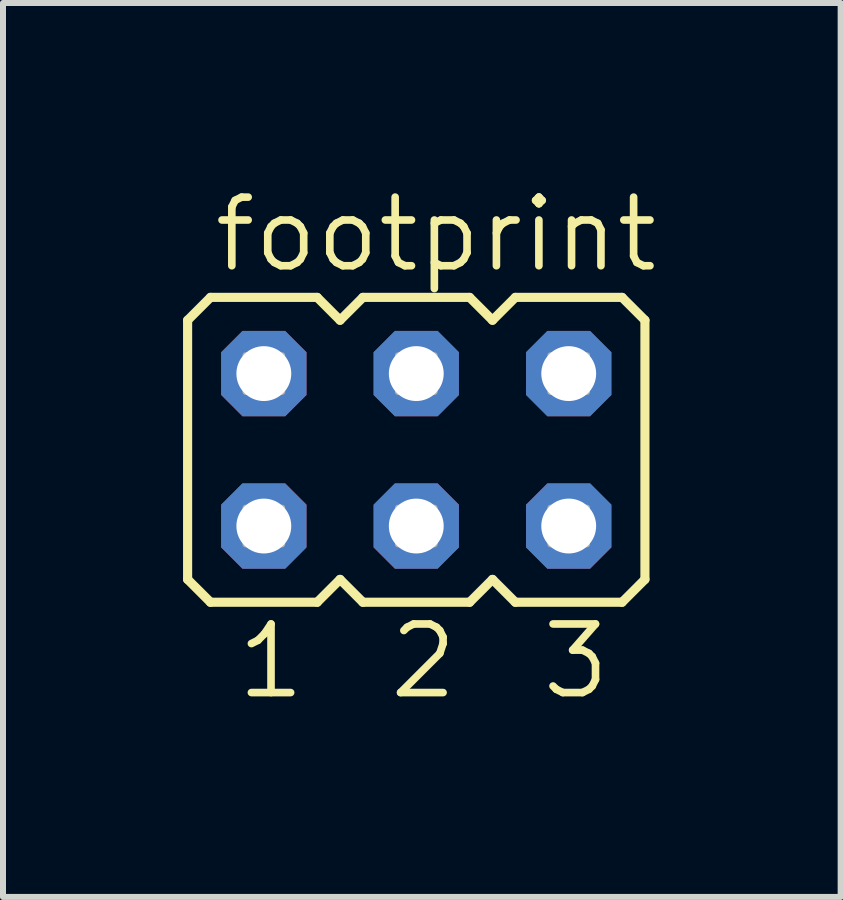
<source format=kicad_pcb>
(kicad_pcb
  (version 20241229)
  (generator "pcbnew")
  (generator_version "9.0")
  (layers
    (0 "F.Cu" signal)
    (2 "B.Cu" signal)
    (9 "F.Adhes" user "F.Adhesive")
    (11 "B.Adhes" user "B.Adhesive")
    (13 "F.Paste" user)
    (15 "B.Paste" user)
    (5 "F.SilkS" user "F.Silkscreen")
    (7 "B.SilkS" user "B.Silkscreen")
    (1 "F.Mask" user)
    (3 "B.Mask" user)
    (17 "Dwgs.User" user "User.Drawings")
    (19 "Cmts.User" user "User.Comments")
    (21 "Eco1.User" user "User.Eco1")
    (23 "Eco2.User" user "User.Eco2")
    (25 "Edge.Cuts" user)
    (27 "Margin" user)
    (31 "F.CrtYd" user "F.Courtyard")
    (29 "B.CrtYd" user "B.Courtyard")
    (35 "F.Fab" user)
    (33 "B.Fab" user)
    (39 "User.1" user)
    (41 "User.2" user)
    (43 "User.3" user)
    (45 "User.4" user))
  (footprint "footprint"
    (layer "F.Cu")
    (at 3.886 4.445)
    (property "Reference" "footprint" (at -3.429 -2.921 0) (layer "F.SilkS") (effects (font (size 1.143 1.143) (thickness 0.127)) (justify left bottom)))
    (fp_line (start -3.81 -2.159) (end -3.429 -2.54) (stroke (width 0.152) (type solid)) (layer "F.SilkS"))
    (fp_line (start -3.81 2.159) (end -3.81 -2.159) (stroke (width 0.152) (type solid)) (layer "F.SilkS"))
    (fp_line (start -3.81 2.159) (end -3.429 2.54) (stroke (width 0.152) (type solid)) (layer "F.SilkS"))
    (fp_line (start -3.429 -2.54) (end -1.651 -2.54) (stroke (width 0.152) (type solid)) (layer "F.SilkS"))
    (fp_line (start -3.429 2.54) (end -1.651 2.54) (stroke (width 0.152) (type solid)) (layer "F.SilkS"))
    (fp_line (start -1.651 -2.54) (end -1.27 -2.159) (stroke (width 0.152) (type solid)) (layer "F.SilkS"))
    (fp_line (start -1.27 -2.159) (end -0.889 -2.54) (stroke (width 0.152) (type solid)) (layer "F.SilkS"))
    (fp_line (start -1.27 2.159) (end -1.651 2.54) (stroke (width 0.152) (type solid)) (layer "F.SilkS"))
    (fp_line (start -1.27 2.159) (end -0.889 2.54) (stroke (width 0.152) (type solid)) (layer "F.SilkS"))
    (fp_line (start -0.889 -2.54) (end 0.889 -2.54) (stroke (width 0.152) (type solid)) (layer "F.SilkS"))
    (fp_line (start 0.889 2.54) (end -0.889 2.54) (stroke (width 0.152) (type solid)) (layer "F.SilkS"))
    (fp_line (start 1.27 -2.159) (end 0.889 -2.54) (stroke (width 0.152) (type solid)) (layer "F.SilkS"))
    (fp_line (start 1.27 -2.159) (end 1.651 -2.54) (stroke (width 0.152) (type solid)) (layer "F.SilkS"))
    (fp_line (start 1.27 2.159) (end 0.889 2.54) (stroke (width 0.152) (type solid)) (layer "F.SilkS"))
    (fp_line (start 1.27 2.159) (end 1.651 2.54) (stroke (width 0.152) (type solid)) (layer "F.SilkS"))
    (fp_line (start 1.651 -2.54) (end 3.429 -2.54) (stroke (width 0.152) (type solid)) (layer "F.SilkS"))
    (fp_line (start 3.429 2.54) (end 1.651 2.54) (stroke (width 0.152) (type solid)) (layer "F.SilkS"))
    (fp_line (start 3.429 2.54) (end 3.81 2.159) (stroke (width 0.152) (type solid)) (layer "F.SilkS"))
    (fp_line (start 3.81 -2.159) (end 3.429 -2.54) (stroke (width 0.152) (type solid)) (layer "F.SilkS"))
    (fp_line (start 3.81 -2.159) (end 3.81 2.159) (stroke (width 0.152) (type solid)) (layer "F.SilkS"))
    (fp_poly (pts (xy -2.845 -0.965) (xy -2.235 -0.965) (xy -2.235 -1.575) (xy -2.845 -1.575)) (stroke (width 0.1) (type solid)) (fill no) (layer "F.Fab"))
    (fp_poly (pts (xy -2.845 1.575) (xy -2.235 1.575) (xy -2.235 0.965) (xy -2.845 0.965)) (stroke (width 0.1) (type solid)) (fill no) (layer "F.Fab"))
    (fp_poly (pts (xy -0.305 -0.965) (xy 0.305 -0.965) (xy 0.305 -1.575) (xy -0.305 -1.575)) (stroke (width 0.1) (type solid)) (fill no) (layer "F.Fab"))
    (fp_poly (pts (xy -0.305 1.575) (xy 0.305 1.575) (xy 0.305 0.965) (xy -0.305 0.965)) (stroke (width 0.1) (type solid)) (fill no) (layer "F.Fab"))
    (fp_poly (pts (xy 2.235 -0.965) (xy 2.845 -0.965) (xy 2.845 -1.575) (xy 2.235 -1.575)) (stroke (width 0.1) (type solid)) (fill no) (layer "F.Fab"))
    (fp_poly (pts (xy 2.235 1.575) (xy 2.845 1.575) (xy 2.845 0.965) (xy 2.235 0.965)) (stroke (width 0.1) (type solid)) (fill no) (layer "F.Fab"))
    (fp_text user "2" (at -0.508 4.191 0) (layer "F.SilkS") (effects (font (size 1.143 1.143) (thickness 0.127)) (justify left bottom)))
    (fp_text user "3" (at 2.032 4.191 0) (layer "F.SilkS") (effects (font (size 1.143 1.143) (thickness 0.127)) (justify left bottom)))
    (fp_text user "1" (at -3.048 4.191 0) (layer "F.SilkS") (effects (font (size 1.143 1.143) (thickness 0.127)) (justify left bottom)))
    (pad "1" thru_hole roundrect (at -2.54 1.27) (size 1.422 1.422) (drill 0.914) (layers "*.Cu" "*.Mask") (roundrect_rratio 0.25) (chamfer_ratio 0.25) (chamfer top_left top_right bottom_left bottom_right))
    (pad "2" thru_hole roundrect (at -2.54 -1.27) (size 1.422 1.422) (drill 0.914) (layers "*.Cu" "*.Mask") (roundrect_rratio 0.25) (chamfer_ratio 0.25) (chamfer top_left top_right bottom_left bottom_right))
    (pad "3" thru_hole roundrect (at 0 1.27) (size 1.422 1.422) (drill 0.914) (layers "*.Cu" "*.Mask") (roundrect_rratio 0.25) (chamfer_ratio 0.25) (chamfer top_left top_right bottom_left bottom_right))
    (pad "4" thru_hole roundrect (at 0 -1.27) (size 1.422 1.422) (drill 0.914) (layers "*.Cu" "*.Mask") (roundrect_rratio 0.25) (chamfer_ratio 0.25) (chamfer top_left top_right bottom_left bottom_right))
    (pad "5" thru_hole roundrect (at 2.54 1.27) (size 1.422 1.422) (drill 0.914) (layers "*.Cu" "*.Mask") (roundrect_rratio 0.25) (chamfer_ratio 0.25) (chamfer top_left top_right bottom_left bottom_right))
    (pad "6" thru_hole roundrect (at 2.54 -1.27) (size 1.422 1.422) (drill 0.914) (layers "*.Cu" "*.Mask") (roundrect_rratio 0.25) (chamfer_ratio 0.25) (chamfer top_left top_right bottom_left bottom_right)))
  (gr_rect
    (start -3 -3)
    (end 10.957 11.895)
    (stroke (width 0.1) (type default))
    (fill no)
    (layer "Edge.Cuts")))
</source>
